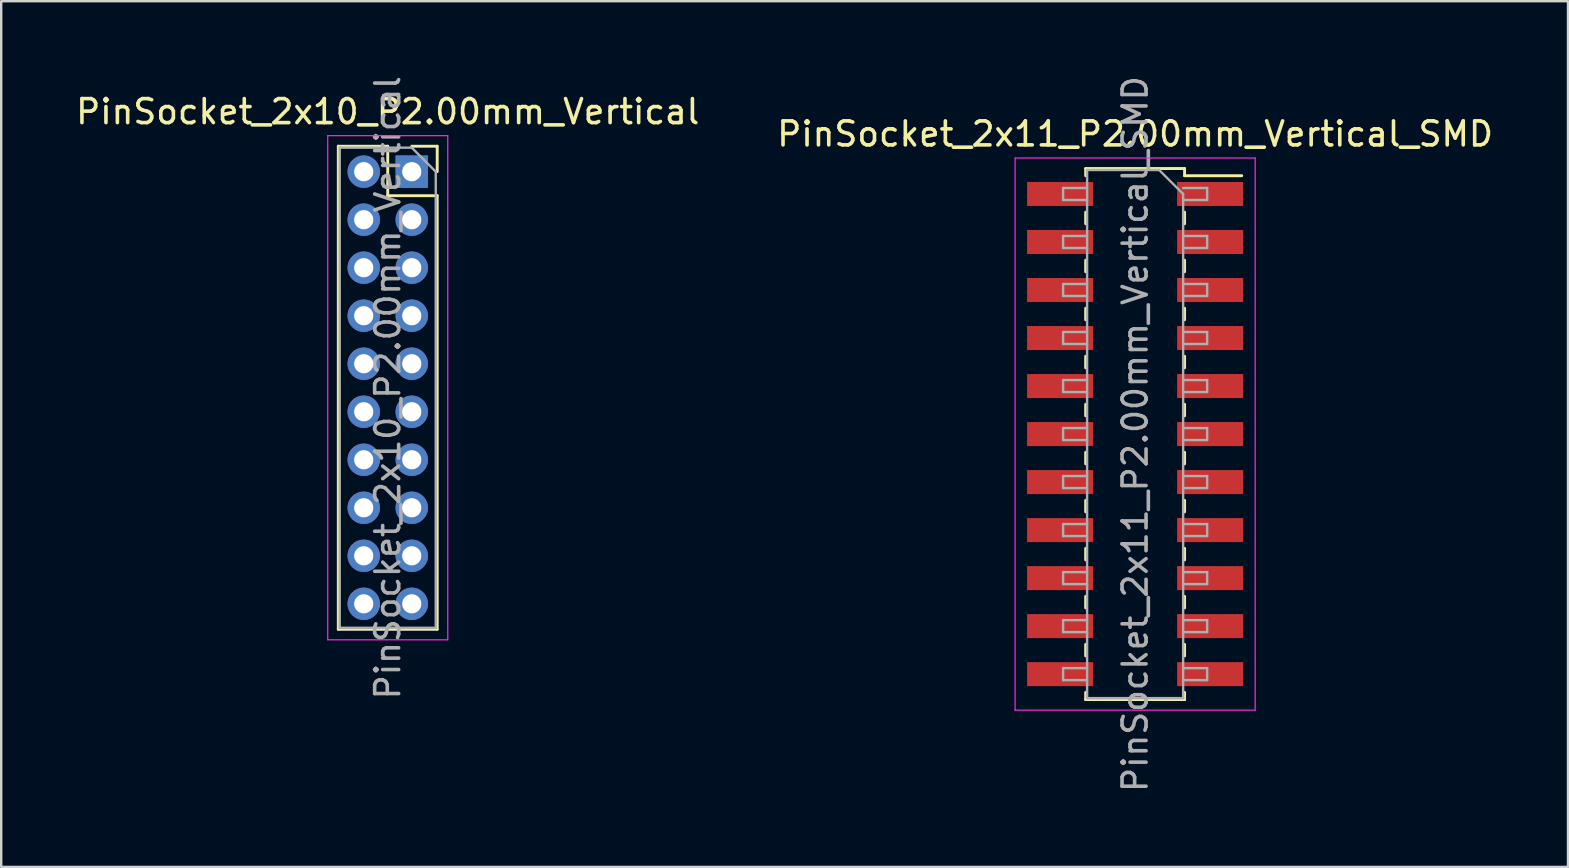
<source format=kicad_pcb>
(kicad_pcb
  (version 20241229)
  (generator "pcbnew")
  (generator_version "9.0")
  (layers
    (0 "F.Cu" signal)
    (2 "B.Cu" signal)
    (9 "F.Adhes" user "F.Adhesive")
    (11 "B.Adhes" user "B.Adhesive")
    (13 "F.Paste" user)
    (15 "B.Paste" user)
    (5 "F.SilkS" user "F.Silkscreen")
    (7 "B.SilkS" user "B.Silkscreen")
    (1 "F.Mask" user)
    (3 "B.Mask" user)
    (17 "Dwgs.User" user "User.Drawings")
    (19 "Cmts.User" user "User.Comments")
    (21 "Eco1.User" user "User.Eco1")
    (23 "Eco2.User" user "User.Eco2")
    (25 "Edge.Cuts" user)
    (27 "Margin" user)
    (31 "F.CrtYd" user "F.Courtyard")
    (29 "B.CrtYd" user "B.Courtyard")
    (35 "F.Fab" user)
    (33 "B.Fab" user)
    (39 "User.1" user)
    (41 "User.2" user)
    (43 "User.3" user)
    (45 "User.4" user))
  (footprint "PinSocket_2x11_P2.00mm_Vertical_SMD"
    (layer "F.Cu")
    (at 44.232 15.03)
    (property "Reference" "PinSocket_2x11_P2.00mm_Vertical_SMD" (at 0 -12.5 0) (layer "F.SilkS") (effects (font (size 1 1) (thickness 0.15))))
    (attr smd)
    (fp_line (start -2.06 -11.06) (end -2.06 -10.76) (stroke (width 0.12) (type solid)) (layer "F.SilkS"))
    (fp_line (start -2.06 -11.06) (end 2.06 -11.06) (stroke (width 0.12) (type solid)) (layer "F.SilkS"))
    (fp_line (start -2.06 -9.24) (end -2.06 -8.76) (stroke (width 0.12) (type solid)) (layer "F.SilkS"))
    (fp_line (start -2.06 -7.24) (end -2.06 -6.76) (stroke (width 0.12) (type solid)) (layer "F.SilkS"))
    (fp_line (start -2.06 -5.24) (end -2.06 -4.76) (stroke (width 0.12) (type solid)) (layer "F.SilkS"))
    (fp_line (start -2.06 -3.24) (end -2.06 -2.76) (stroke (width 0.12) (type solid)) (layer "F.SilkS"))
    (fp_line (start -2.06 -1.24) (end -2.06 -0.76) (stroke (width 0.12) (type solid)) (layer "F.SilkS"))
    (fp_line (start -2.06 0.76) (end -2.06 1.24) (stroke (width 0.12) (type solid)) (layer "F.SilkS"))
    (fp_line (start -2.06 2.76) (end -2.06 3.24) (stroke (width 0.12) (type solid)) (layer "F.SilkS"))
    (fp_line (start -2.06 4.76) (end -2.06 5.24) (stroke (width 0.12) (type solid)) (layer "F.SilkS"))
    (fp_line (start -2.06 6.76) (end -2.06 7.24) (stroke (width 0.12) (type solid)) (layer "F.SilkS"))
    (fp_line (start -2.06 8.76) (end -2.06 9.24) (stroke (width 0.12) (type solid)) (layer "F.SilkS"))
    (fp_line (start -2.06 10.76) (end -2.06 11.06) (stroke (width 0.12) (type solid)) (layer "F.SilkS"))
    (fp_line (start -2.06 11.06) (end 2.06 11.06) (stroke (width 0.12) (type solid)) (layer "F.SilkS"))
    (fp_line (start 2.06 -11.06) (end 2.06 -10.76) (stroke (width 0.12) (type solid)) (layer "F.SilkS"))
    (fp_line (start 2.06 -10.76) (end 4.44 -10.76) (stroke (width 0.12) (type solid)) (layer "F.SilkS"))
    (fp_line (start 2.06 -9.24) (end 2.06 -8.76) (stroke (width 0.12) (type solid)) (layer "F.SilkS"))
    (fp_line (start 2.06 -7.24) (end 2.06 -6.76) (stroke (width 0.12) (type solid)) (layer "F.SilkS"))
    (fp_line (start 2.06 -5.24) (end 2.06 -4.76) (stroke (width 0.12) (type solid)) (layer "F.SilkS"))
    (fp_line (start 2.06 -3.24) (end 2.06 -2.76) (stroke (width 0.12) (type solid)) (layer "F.SilkS"))
    (fp_line (start 2.06 -1.24) (end 2.06 -0.76) (stroke (width 0.12) (type solid)) (layer "F.SilkS"))
    (fp_line (start 2.06 0.76) (end 2.06 1.24) (stroke (width 0.12) (type solid)) (layer "F.SilkS"))
    (fp_line (start 2.06 2.76) (end 2.06 3.24) (stroke (width 0.12) (type solid)) (layer "F.SilkS"))
    (fp_line (start 2.06 4.76) (end 2.06 5.24) (stroke (width 0.12) (type solid)) (layer "F.SilkS"))
    (fp_line (start 2.06 6.76) (end 2.06 7.24) (stroke (width 0.12) (type solid)) (layer "F.SilkS"))
    (fp_line (start 2.06 8.76) (end 2.06 9.24) (stroke (width 0.12) (type solid)) (layer "F.SilkS"))
    (fp_line (start 2.06 10.76) (end 2.06 11.06) (stroke (width 0.12) (type solid)) (layer "F.SilkS"))
    (fp_line (start -5 -11.5) (end 5 -11.5) (stroke (width 0.05) (type solid)) (layer "F.CrtYd"))
    (fp_line (start -5 11.5) (end -5 -11.5) (stroke (width 0.05) (type solid)) (layer "F.CrtYd"))
    (fp_line (start 5 -11.5) (end 5 11.5) (stroke (width 0.05) (type solid)) (layer "F.CrtYd"))
    (fp_line (start 5 11.5) (end -5 11.5) (stroke (width 0.05) (type solid)) (layer "F.CrtYd"))
    (fp_line (start -3 -10.25) (end -2 -10.25) (stroke (width 0.1) (type solid)) (layer "F.Fab"))
    (fp_line (start -3 -9.75) (end -3 -10.25) (stroke (width 0.1) (type solid)) (layer "F.Fab"))
    (fp_line (start -3 -8.25) (end -2 -8.25) (stroke (width 0.1) (type solid)) (layer "F.Fab"))
    (fp_line (start -3 -7.75) (end -3 -8.25) (stroke (width 0.1) (type solid)) (layer "F.Fab"))
    (fp_line (start -3 -6.25) (end -2 -6.25) (stroke (width 0.1) (type solid)) (layer "F.Fab"))
    (fp_line (start -3 -5.75) (end -3 -6.25) (stroke (width 0.1) (type solid)) (layer "F.Fab"))
    (fp_line (start -3 -4.25) (end -2 -4.25) (stroke (width 0.1) (type solid)) (layer "F.Fab"))
    (fp_line (start -3 -3.75) (end -3 -4.25) (stroke (width 0.1) (type solid)) (layer "F.Fab"))
    (fp_line (start -3 -2.25) (end -2 -2.25) (stroke (width 0.1) (type solid)) (layer "F.Fab"))
    (fp_line (start -3 -1.75) (end -3 -2.25) (stroke (width 0.1) (type solid)) (layer "F.Fab"))
    (fp_line (start -3 -0.25) (end -2 -0.25) (stroke (width 0.1) (type solid)) (layer "F.Fab"))
    (fp_line (start -3 0.25) (end -3 -0.25) (stroke (width 0.1) (type solid)) (layer "F.Fab"))
    (fp_line (start -3 1.75) (end -2 1.75) (stroke (width 0.1) (type solid)) (layer "F.Fab"))
    (fp_line (start -3 2.25) (end -3 1.75) (stroke (width 0.1) (type solid)) (layer "F.Fab"))
    (fp_line (start -3 3.75) (end -2 3.75) (stroke (width 0.1) (type solid)) (layer "F.Fab"))
    (fp_line (start -3 4.25) (end -3 3.75) (stroke (width 0.1) (type solid)) (layer "F.Fab"))
    (fp_line (start -3 5.75) (end -2 5.75) (stroke (width 0.1) (type solid)) (layer "F.Fab"))
    (fp_line (start -3 6.25) (end -3 5.75) (stroke (width 0.1) (type solid)) (layer "F.Fab"))
    (fp_line (start -3 7.75) (end -2 7.75) (stroke (width 0.1) (type solid)) (layer "F.Fab"))
    (fp_line (start -3 8.25) (end -3 7.75) (stroke (width 0.1) (type solid)) (layer "F.Fab"))
    (fp_line (start -3 9.75) (end -2 9.75) (stroke (width 0.1) (type solid)) (layer "F.Fab"))
    (fp_line (start -3 10.25) (end -3 9.75) (stroke (width 0.1) (type solid)) (layer "F.Fab"))
    (fp_line (start -2 -11) (end 1 -11) (stroke (width 0.1) (type solid)) (layer "F.Fab"))
    (fp_line (start -2 -9.75) (end -3 -9.75) (stroke (width 0.1) (type solid)) (layer "F.Fab"))
    (fp_line (start -2 -7.75) (end -3 -7.75) (stroke (width 0.1) (type solid)) (layer "F.Fab"))
    (fp_line (start -2 -5.75) (end -3 -5.75) (stroke (width 0.1) (type solid)) (layer "F.Fab"))
    (fp_line (start -2 -3.75) (end -3 -3.75) (stroke (width 0.1) (type solid)) (layer "F.Fab"))
    (fp_line (start -2 -1.75) (end -3 -1.75) (stroke (width 0.1) (type solid)) (layer "F.Fab"))
    (fp_line (start -2 0.25) (end -3 0.25) (stroke (width 0.1) (type solid)) (layer "F.Fab"))
    (fp_line (start -2 2.25) (end -3 2.25) (stroke (width 0.1) (type solid)) (layer "F.Fab"))
    (fp_line (start -2 4.25) (end -3 4.25) (stroke (width 0.1) (type solid)) (layer "F.Fab"))
    (fp_line (start -2 6.25) (end -3 6.25) (stroke (width 0.1) (type solid)) (layer "F.Fab"))
    (fp_line (start -2 8.25) (end -3 8.25) (stroke (width 0.1) (type solid)) (layer "F.Fab"))
    (fp_line (start -2 10.25) (end -3 10.25) (stroke (width 0.1) (type solid)) (layer "F.Fab"))
    (fp_line (start -2 11) (end -2 -11) (stroke (width 0.1) (type solid)) (layer "F.Fab"))
    (fp_line (start 1 -11) (end 2 -10) (stroke (width 0.1) (type solid)) (layer "F.Fab"))
    (fp_line (start 2 -10.25) (end 3 -10.25) (stroke (width 0.1) (type solid)) (layer "F.Fab"))
    (fp_line (start 2 -10) (end 2 11) (stroke (width 0.1) (type solid)) (layer "F.Fab"))
    (fp_line (start 2 -8.25) (end 3 -8.25) (stroke (width 0.1) (type solid)) (layer "F.Fab"))
    (fp_line (start 2 -6.25) (end 3 -6.25) (stroke (width 0.1) (type solid)) (layer "F.Fab"))
    (fp_line (start 2 -4.25) (end 3 -4.25) (stroke (width 0.1) (type solid)) (layer "F.Fab"))
    (fp_line (start 2 -2.25) (end 3 -2.25) (stroke (width 0.1) (type solid)) (layer "F.Fab"))
    (fp_line (start 2 -0.25) (end 3 -0.25) (stroke (width 0.1) (type solid)) (layer "F.Fab"))
    (fp_line (start 2 1.75) (end 3 1.75) (stroke (width 0.1) (type solid)) (layer "F.Fab"))
    (fp_line (start 2 3.75) (end 3 3.75) (stroke (width 0.1) (type solid)) (layer "F.Fab"))
    (fp_line (start 2 5.75) (end 3 5.75) (stroke (width 0.1) (type solid)) (layer "F.Fab"))
    (fp_line (start 2 7.75) (end 3 7.75) (stroke (width 0.1) (type solid)) (layer "F.Fab"))
    (fp_line (start 2 9.75) (end 3 9.75) (stroke (width 0.1) (type solid)) (layer "F.Fab"))
    (fp_line (start 2 11) (end -2 11) (stroke (width 0.1) (type solid)) (layer "F.Fab"))
    (fp_line (start 3 -10.25) (end 3 -9.75) (stroke (width 0.1) (type solid)) (layer "F.Fab"))
    (fp_line (start 3 -9.75) (end 2 -9.75) (stroke (width 0.1) (type solid)) (layer "F.Fab"))
    (fp_line (start 3 -8.25) (end 3 -7.75) (stroke (width 0.1) (type solid)) (layer "F.Fab"))
    (fp_line (start 3 -7.75) (end 2 -7.75) (stroke (width 0.1) (type solid)) (layer "F.Fab"))
    (fp_line (start 3 -6.25) (end 3 -5.75) (stroke (width 0.1) (type solid)) (layer "F.Fab"))
    (fp_line (start 3 -5.75) (end 2 -5.75) (stroke (width 0.1) (type solid)) (layer "F.Fab"))
    (fp_line (start 3 -4.25) (end 3 -3.75) (stroke (width 0.1) (type solid)) (layer "F.Fab"))
    (fp_line (start 3 -3.75) (end 2 -3.75) (stroke (width 0.1) (type solid)) (layer "F.Fab"))
    (fp_line (start 3 -2.25) (end 3 -1.75) (stroke (width 0.1) (type solid)) (layer "F.Fab"))
    (fp_line (start 3 -1.75) (end 2 -1.75) (stroke (width 0.1) (type solid)) (layer "F.Fab"))
    (fp_line (start 3 -0.25) (end 3 0.25) (stroke (width 0.1) (type solid)) (layer "F.Fab"))
    (fp_line (start 3 0.25) (end 2 0.25) (stroke (width 0.1) (type solid)) (layer "F.Fab"))
    (fp_line (start 3 1.75) (end 3 2.25) (stroke (width 0.1) (type solid)) (layer "F.Fab"))
    (fp_line (start 3 2.25) (end 2 2.25) (stroke (width 0.1) (type solid)) (layer "F.Fab"))
    (fp_line (start 3 3.75) (end 3 4.25) (stroke (width 0.1) (type solid)) (layer "F.Fab"))
    (fp_line (start 3 4.25) (end 2 4.25) (stroke (width 0.1) (type solid)) (layer "F.Fab"))
    (fp_line (start 3 5.75) (end 3 6.25) (stroke (width 0.1) (type solid)) (layer "F.Fab"))
    (fp_line (start 3 6.25) (end 2 6.25) (stroke (width 0.1) (type solid)) (layer "F.Fab"))
    (fp_line (start 3 7.75) (end 3 8.25) (stroke (width 0.1) (type solid)) (layer "F.Fab"))
    (fp_line (start 3 8.25) (end 2 8.25) (stroke (width 0.1) (type solid)) (layer "F.Fab"))
    (fp_line (start 3 9.75) (end 3 10.25) (stroke (width 0.1) (type solid)) (layer "F.Fab"))
    (fp_line (start 3 10.25) (end 2 10.25) (stroke (width 0.1) (type solid)) (layer "F.Fab"))
    (fp_text user "${REFERENCE}" (at 0 0 90) (layer "F.Fab") (effects (font (size 1 1) (thickness 0.15))))
    (pad "1" smd rect (at 3.125 -10) (size 2.75 1) (layers "F.Cu" "F.Mask" "F.Paste"))
    (pad "2" smd rect (at -3.125 -10) (size 2.75 1) (layers "F.Cu" "F.Mask" "F.Paste"))
    (pad "3" smd rect (at 3.125 -8) (size 2.75 1) (layers "F.Cu" "F.Mask" "F.Paste"))
    (pad "4" smd rect (at -3.125 -8) (size 2.75 1) (layers "F.Cu" "F.Mask" "F.Paste"))
    (pad "5" smd rect (at 3.125 -6) (size 2.75 1) (layers "F.Cu" "F.Mask" "F.Paste"))
    (pad "6" smd rect (at -3.125 -6) (size 2.75 1) (layers "F.Cu" "F.Mask" "F.Paste"))
    (pad "7" smd rect (at 3.125 -4) (size 2.75 1) (layers "F.Cu" "F.Mask" "F.Paste"))
    (pad "8" smd rect (at -3.125 -4) (size 2.75 1) (layers "F.Cu" "F.Mask" "F.Paste"))
    (pad "9" smd rect (at 3.125 -2) (size 2.75 1) (layers "F.Cu" "F.Mask" "F.Paste"))
    (pad "10" smd rect (at -3.125 -2) (size 2.75 1) (layers "F.Cu" "F.Mask" "F.Paste"))
    (pad "11" smd rect (at 3.125 0) (size 2.75 1) (layers "F.Cu" "F.Mask" "F.Paste"))
    (pad "12" smd rect (at -3.125 0) (size 2.75 1) (layers "F.Cu" "F.Mask" "F.Paste"))
    (pad "13" smd rect (at 3.125 2) (size 2.75 1) (layers "F.Cu" "F.Mask" "F.Paste"))
    (pad "14" smd rect (at -3.125 2) (size 2.75 1) (layers "F.Cu" "F.Mask" "F.Paste"))
    (pad "15" smd rect (at 3.125 4) (size 2.75 1) (layers "F.Cu" "F.Mask" "F.Paste"))
    (pad "16" smd rect (at -3.125 4) (size 2.75 1) (layers "F.Cu" "F.Mask" "F.Paste"))
    (pad "17" smd rect (at 3.125 6) (size 2.75 1) (layers "F.Cu" "F.Mask" "F.Paste"))
    (pad "18" smd rect (at -3.125 6) (size 2.75 1) (layers "F.Cu" "F.Mask" "F.Paste"))
    (pad "19" smd rect (at 3.125 8) (size 2.75 1) (layers "F.Cu" "F.Mask" "F.Paste"))
    (pad "20" smd rect (at -3.125 8) (size 2.75 1) (layers "F.Cu" "F.Mask" "F.Paste"))
    (pad "21" smd rect (at 3.125 10) (size 2.75 1) (layers "F.Cu" "F.Mask" "F.Paste"))
    (pad "22" smd rect (at -3.125 10) (size 2.75 1) (layers "F.Cu" "F.Mask" "F.Paste")))
  (footprint "PinSocket_2x10_P2.00mm_Vertical"
    (layer "F.Cu")
    (at 14.101 4.101)
    (property "Reference" "PinSocket_2x10_P2.00mm_Vertical" (at -1 -2.5 0) (layer "F.SilkS") (effects (font (size 1 1) (thickness 0.15))))
    (attr through_hole)
    (fp_line (start -3.06 -1.06) (end -3.06 19.06) (stroke (width 0.12) (type solid)) (layer "F.SilkS"))
    (fp_line (start -3.06 -1.06) (end -1 -1.06) (stroke (width 0.12) (type solid)) (layer "F.SilkS"))
    (fp_line (start -3.06 19.06) (end 1.06 19.06) (stroke (width 0.12) (type solid)) (layer "F.SilkS"))
    (fp_line (start -1 -1.06) (end -1 1) (stroke (width 0.12) (type solid)) (layer "F.SilkS"))
    (fp_line (start -1 1) (end 1.06 1) (stroke (width 0.12) (type solid)) (layer "F.SilkS"))
    (fp_line (start 0 -1.06) (end 1.06 -1.06) (stroke (width 0.12) (type solid)) (layer "F.SilkS"))
    (fp_line (start 1.06 -1.06) (end 1.06 0) (stroke (width 0.12) (type solid)) (layer "F.SilkS"))
    (fp_line (start 1.06 1) (end 1.06 19.06) (stroke (width 0.12) (type solid)) (layer "F.SilkS"))
    (fp_line (start -3.5 -1.5) (end 1.5 -1.5) (stroke (width 0.05) (type solid)) (layer "F.CrtYd"))
    (fp_line (start -3.5 19.5) (end -3.5 -1.5) (stroke (width 0.05) (type solid)) (layer "F.CrtYd"))
    (fp_line (start 1.5 -1.5) (end 1.5 19.5) (stroke (width 0.05) (type solid)) (layer "F.CrtYd"))
    (fp_line (start 1.5 19.5) (end -3.5 19.5) (stroke (width 0.05) (type solid)) (layer "F.CrtYd"))
    (fp_line (start -3 -1) (end 0 -1) (stroke (width 0.1) (type solid)) (layer "F.Fab"))
    (fp_line (start -3 19) (end -3 -1) (stroke (width 0.1) (type solid)) (layer "F.Fab"))
    (fp_line (start 0 -1) (end 1 0) (stroke (width 0.1) (type solid)) (layer "F.Fab"))
    (fp_line (start 1 0) (end 1 19) (stroke (width 0.1) (type solid)) (layer "F.Fab"))
    (fp_line (start 1 19) (end -3 19) (stroke (width 0.1) (type solid)) (layer "F.Fab"))
    (fp_text user "${REFERENCE}" (at -1 9 90) (layer "F.Fab") (effects (font (size 1 1) (thickness 0.15))))
    (pad "1" thru_hole rect (at 0 0) (size 1.35 1.35) (drill 0.8) (layers "*.Cu" "*.Mask"))
    (pad "2" thru_hole oval (at -2 0) (size 1.35 1.35) (drill 0.8) (layers "*.Cu" "*.Mask"))
    (pad "3" thru_hole oval (at 0 2) (size 1.35 1.35) (drill 0.8) (layers "*.Cu" "*.Mask"))
    (pad "4" thru_hole oval (at -2 2) (size 1.35 1.35) (drill 0.8) (layers "*.Cu" "*.Mask"))
    (pad "5" thru_hole oval (at 0 4) (size 1.35 1.35) (drill 0.8) (layers "*.Cu" "*.Mask"))
    (pad "6" thru_hole oval (at -2 4) (size 1.35 1.35) (drill 0.8) (layers "*.Cu" "*.Mask"))
    (pad "7" thru_hole oval (at 0 6) (size 1.35 1.35) (drill 0.8) (layers "*.Cu" "*.Mask"))
    (pad "8" thru_hole oval (at -2 6) (size 1.35 1.35) (drill 0.8) (layers "*.Cu" "*.Mask"))
    (pad "9" thru_hole oval (at 0 8) (size 1.35 1.35) (drill 0.8) (layers "*.Cu" "*.Mask"))
    (pad "10" thru_hole oval (at -2 8) (size 1.35 1.35) (drill 0.8) (layers "*.Cu" "*.Mask"))
    (pad "11" thru_hole oval (at 0 10) (size 1.35 1.35) (drill 0.8) (layers "*.Cu" "*.Mask"))
    (pad "12" thru_hole oval (at -2 10) (size 1.35 1.35) (drill 0.8) (layers "*.Cu" "*.Mask"))
    (pad "13" thru_hole oval (at 0 12) (size 1.35 1.35) (drill 0.8) (layers "*.Cu" "*.Mask"))
    (pad "14" thru_hole oval (at -2 12) (size 1.35 1.35) (drill 0.8) (layers "*.Cu" "*.Mask"))
    (pad "15" thru_hole oval (at 0 14) (size 1.35 1.35) (drill 0.8) (layers "*.Cu" "*.Mask"))
    (pad "16" thru_hole oval (at -2 14) (size 1.35 1.35) (drill 0.8) (layers "*.Cu" "*.Mask"))
    (pad "17" thru_hole oval (at 0 16) (size 1.35 1.35) (drill 0.8) (layers "*.Cu" "*.Mask"))
    (pad "18" thru_hole oval (at -2 16) (size 1.35 1.35) (drill 0.8) (layers "*.Cu" "*.Mask"))
    (pad "19" thru_hole oval (at 0 18) (size 1.35 1.35) (drill 0.8) (layers "*.Cu" "*.Mask"))
    (pad "20" thru_hole oval (at -2 18) (size 1.35 1.35) (drill 0.8) (layers "*.Cu" "*.Mask")))
  (gr_rect
    (start -3 -3)
    (end 62.262 33.06)
    (stroke (width 0.1) (type default))
    (fill no)
    (layer "Edge.Cuts")))
</source>
